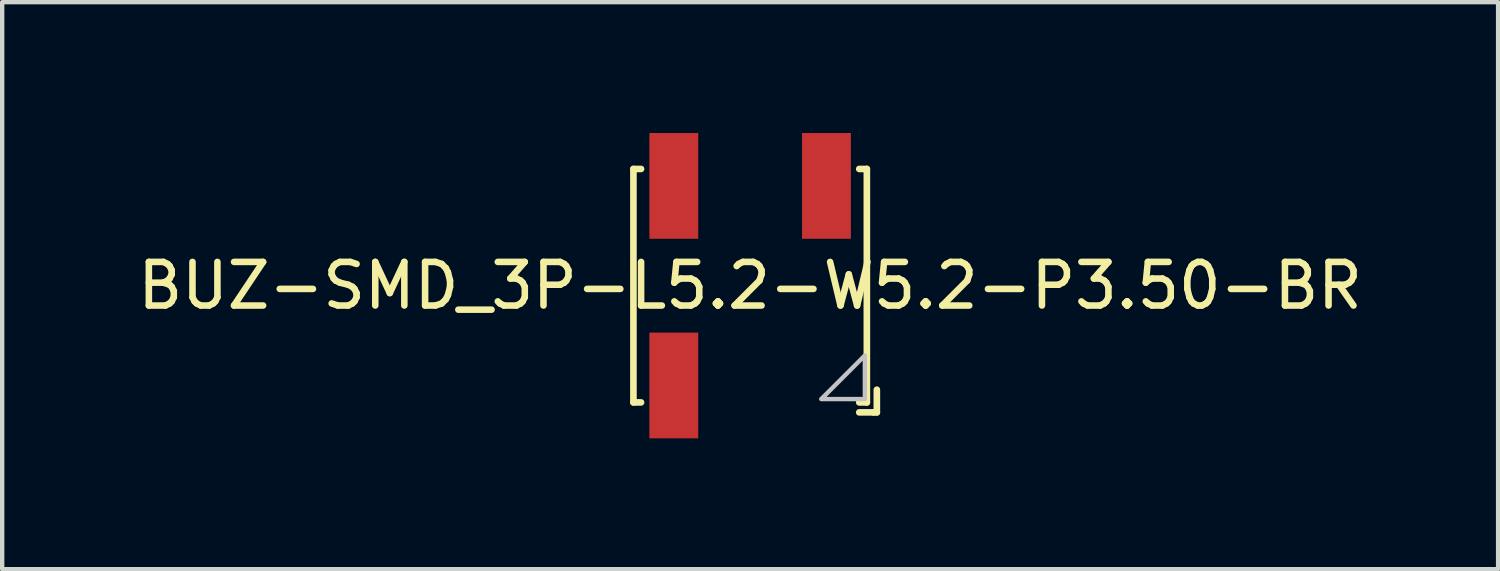
<source format=kicad_pcb>
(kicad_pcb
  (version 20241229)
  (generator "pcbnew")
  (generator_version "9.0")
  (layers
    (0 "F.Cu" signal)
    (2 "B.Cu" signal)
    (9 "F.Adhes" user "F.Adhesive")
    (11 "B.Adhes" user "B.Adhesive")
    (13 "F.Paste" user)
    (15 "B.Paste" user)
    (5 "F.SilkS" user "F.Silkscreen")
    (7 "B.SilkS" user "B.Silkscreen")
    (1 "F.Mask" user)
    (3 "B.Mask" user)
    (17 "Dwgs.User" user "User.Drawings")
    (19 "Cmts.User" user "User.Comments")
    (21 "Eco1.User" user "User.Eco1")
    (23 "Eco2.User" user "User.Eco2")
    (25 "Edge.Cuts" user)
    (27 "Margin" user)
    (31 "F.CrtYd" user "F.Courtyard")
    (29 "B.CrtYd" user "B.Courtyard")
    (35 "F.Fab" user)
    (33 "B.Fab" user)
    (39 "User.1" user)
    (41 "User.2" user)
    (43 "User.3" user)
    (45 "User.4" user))
  (footprint "BUZ-SMD_3P-L5.2-W5.2-P3.50-BR"
    (layer "F.Cu")
    (at 14.149 3.5)
    (property "Reference" "BUZ-SMD_3P-L5.2-W5.2-P3.50-BR" (at 0 0 0) (layer "F.SilkS") (effects (font (size 1 1) (thickness 0.15))))
    (fp_line (start -2.676 -2.676) (end -2.676 2.676) (stroke (width 0.152) (type default)) (layer "F.SilkS"))
    (fp_line (start -2.676 2.676) (end -2.501 2.676) (stroke (width 0.152) (type default)) (layer "F.SilkS"))
    (fp_line (start -2.501 -2.676) (end -2.676 -2.676) (stroke (width 0.152) (type default)) (layer "F.SilkS"))
    (fp_line (start 2.501 -2.676) (end 2.676 -2.676) (stroke (width 0.152) (type default)) (layer "F.SilkS"))
    (fp_line (start 2.501 2.905) (end 2.829 2.905) (stroke (width 0.152) (type default)) (layer "F.SilkS"))
    (fp_line (start 2.676 -2.676) (end 2.676 2.676) (stroke (width 0.152) (type default)) (layer "F.SilkS"))
    (fp_line (start 2.676 2.676) (end 2.501 2.676) (stroke (width 0.152) (type default)) (layer "F.SilkS"))
    (fp_line (start 2.829 2.905) (end 2.905 2.905) (stroke (width 0.152) (type default)) (layer "F.SilkS"))
    (fp_line (start 2.905 2.905) (end 2.905 2.385) (stroke (width 0.152) (type default)) (layer "F.SilkS"))
    (fp_poly (pts (xy 2.63 1.6) (xy 2.63 2.6) (xy 1.63 2.6)) (stroke (width 0.1) (type default)) (fill no) (layer "Dwgs.User"))
    (fp_poly (pts (xy -1.35 -2.6) (xy -1.35 -1.1) (xy -2.15 -1.1) (xy -2.15 -2.6)) (stroke (width 0.1) (type default)) (fill no) (layer "User.1"))
    (fp_poly (pts (xy -1.35 2.6) (xy -1.35 1.1) (xy -2.15 1.1) (xy -2.15 2.6)) (stroke (width 0.1) (type default)) (fill no) (layer "User.1"))
    (fp_poly (pts (xy 2.15 -2.6) (xy 2.15 -1.1) (xy 1.35 -1.1) (xy 1.35 -2.6)) (stroke (width 0.1) (type default)) (fill no) (layer "User.1"))
    (fp_line (start -2.6 -2.6) (end 2.6 -2.6) (stroke (width 0.051) (type default)) (layer "User.2"))
    (fp_line (start -2.6 2.6) (end -2.6 -2.6) (stroke (width 0.051) (type default)) (layer "User.2"))
    (fp_line (start 1.63 2.6) (end -2.6 2.6) (stroke (width 0.051) (type default)) (layer "User.2"))
    (fp_line (start 2.6 -2.6) (end 2.63 1.6) (stroke (width 0.051) (type default)) (layer "User.2"))
    (fp_line (start 2.63 1.6) (end 1.63 2.6) (stroke (width 0.051) (type default)) (layer "User.2"))
    (fp_poly (pts (xy 2.655 -2.623) (xy 2.623 -2.655) (xy 2.577 -2.655) (xy 2.545 -2.623) (xy 2.545 -2.577) (xy 2.577 -2.545) (xy 2.623 -2.545) (xy 2.655 -2.577)) (stroke (width 0.1) (type default)) (fill no) (layer "User.3"))
    (pad "1" smd rect (at 1.75 -2.288 180) (size 1.12 2.425) (layers "F.Cu" "F.Mask" "F.Paste"))
    (pad "2" smd rect (at -1.75 -2.288 180) (size 1.12 2.425) (layers "F.Cu" "F.Mask" "F.Paste"))
    (pad "3" smd rect (at -1.75 2.288 180) (size 1.12 2.425) (layers "F.Cu" "F.Mask" "F.Paste")))
  (gr_rect
    (start -3 -3)
    (end 31.298 10)
    (stroke (width 0.1) (type default))
    (fill no)
    (layer "Edge.Cuts")))
</source>
